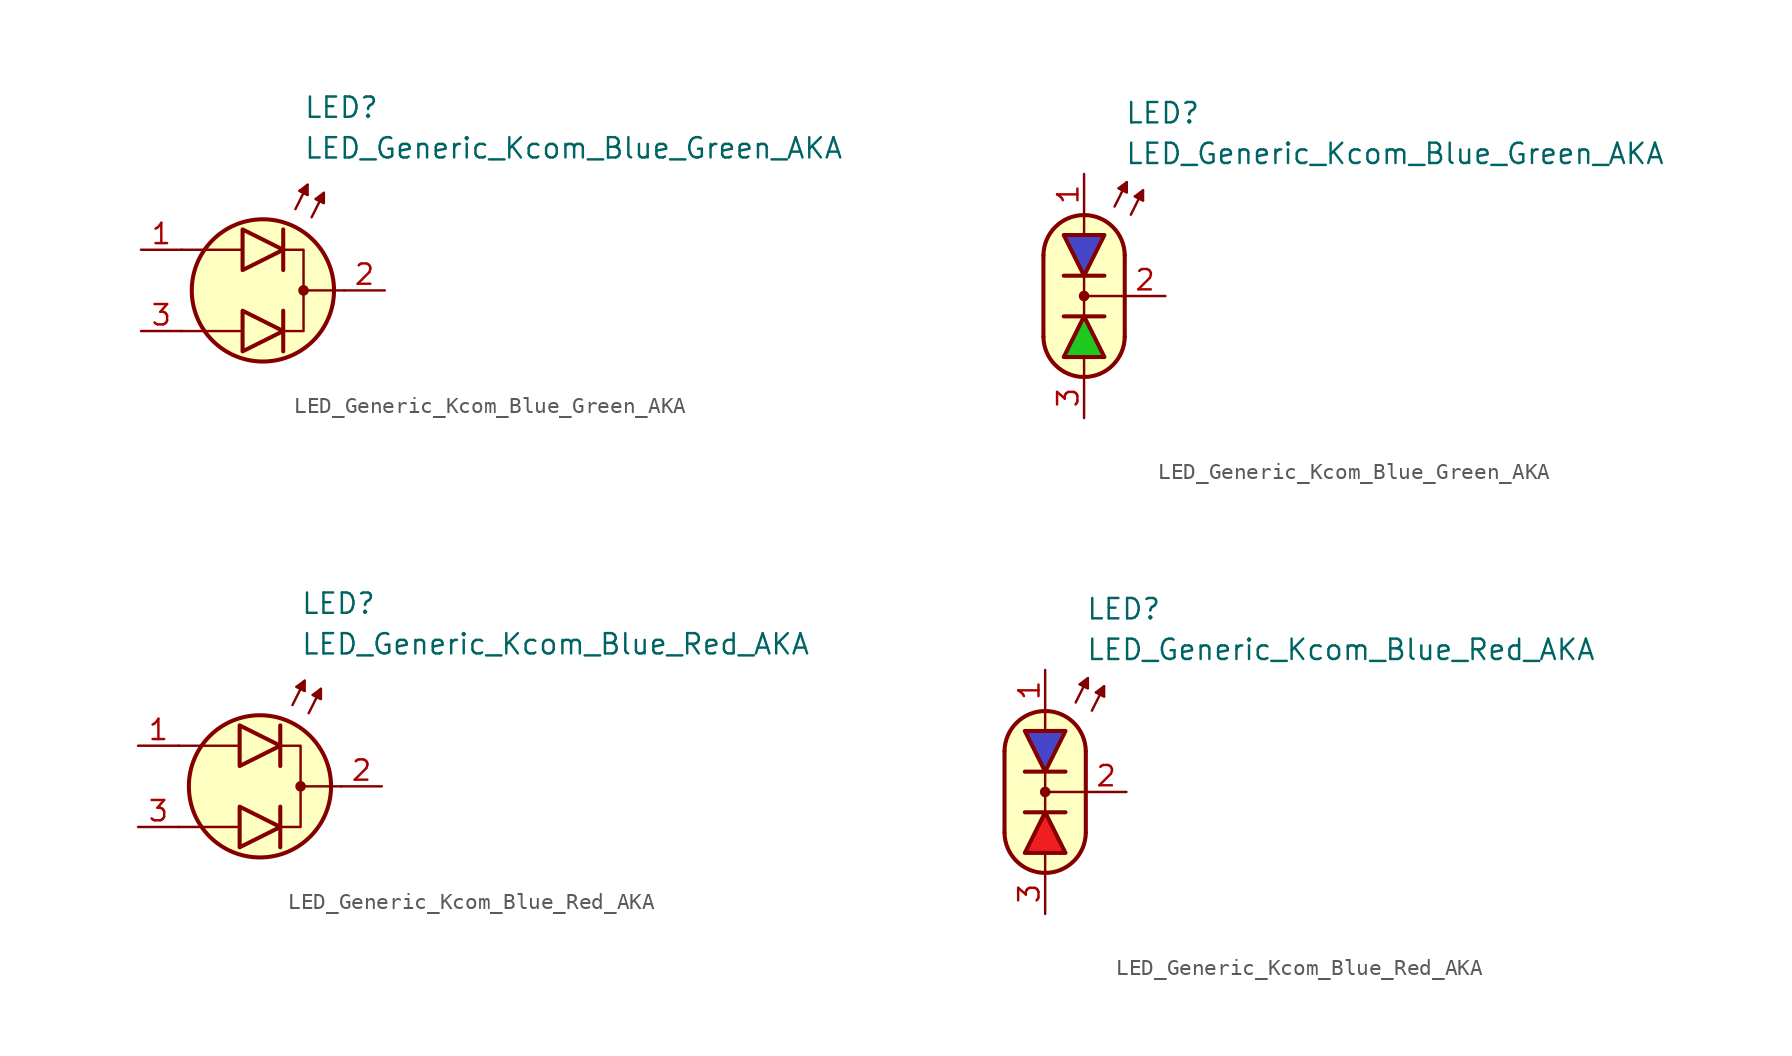
<source format=kicad_sym>
(kicad_symbol_lib
  (version 20231120)
  (generator "kicad_symbol_editor")
  (generator_version "8.0")
  (symbol "LED_Generic_Kcom_Blue_Green_AKA"
    (pin_names
      (offset 1.016) hide)
    (property "Reference" "LED"
      (at 2.54 11.43 0)
      (effects (font (size 1.27 1.27)) (justify left)))
    (property "Value" "LED_Generic_Kcom_Blue_Green_AKA"
      (at 2.54 8.89 0)
      (effects (font (size 1.27 1.27)) (justify left)))
    (symbol "LED_Generic_Kcom_Blue_Green_AKA_0_1"
      (polyline (pts (xy -1.397 -2.54) (xy -5.08 -2.54)) (stroke (width 0.152) (type default)) (fill (type none)))
      (polyline (pts (xy -1.397 2.54) (xy -5.08 2.54)) (stroke (width 0.152) (type default)) (fill (type none)))
      (polyline (pts (xy 1.27 -1.27) (xy 1.27 -3.81)) (stroke (width 0.254) (type default)) (fill (type none)))
      (polyline (pts (xy 1.27 3.81) (xy 1.27 1.27)) (stroke (width 0.254) (type default)) (fill (type none)))
      (polyline (pts (xy 2.032 5.08) (xy 2.794 6.604)) (stroke (width 0.152) (type default)) (fill (type none)))
      (polyline (pts (xy 2.54 6.096) (xy 2.286 6.223)) (stroke (width 0.152) (type default)) (fill (type none)))
      (polyline (pts (xy 2.54 6.096) (xy 2.794 5.969)) (stroke (width 0.152) (type default)) (fill (type none)))
      (polyline (pts (xy 3.048 4.572) (xy 3.81 6.096)) (stroke (width 0.152) (type default)) (fill (type none)))
      (polyline (pts (xy 3.556 5.588) (xy 3.302 5.715)) (stroke (width 0.152) (type default)) (fill (type none)))
      (polyline (pts (xy 3.556 5.588) (xy 3.81 5.461)) (stroke (width 0.152) (type default)) (fill (type none)))
      (polyline (pts (xy 5.08 0) (xy 2.54 0)) (stroke (width 0.152) (type default)) (fill (type none)))
      (polyline (pts (xy -1.27 -1.27) (xy -1.27 -3.81) (xy 1.27 -2.54) (xy -1.27 -1.27)) (stroke (width 0.254) (type default)) (fill (type color) (color 30 200 30 1)))
      (polyline (pts (xy -1.27 3.81) (xy -1.27 1.27) (xy 1.27 2.54) (xy -1.27 3.81)) (stroke (width 0.254) (type default)) (fill (type color) (color 70 70 200 1)))
      (polyline (pts (xy 1.27 2.54) (xy 2.54 2.54) (xy 2.54 -2.54) (xy 1.27 -2.54)) (stroke (width 0.152) (type default)) (fill (type none)))
      (polyline (pts (xy 2.794 5.969) (xy 2.286 6.223) (xy 2.794 6.604) (xy 2.794 5.969)) (stroke (width 0.152) (type default)) (fill (type outline)))
      (polyline (pts (xy 3.81 5.461) (xy 3.302 5.715) (xy 3.81 6.096) (xy 3.81 5.461)) (stroke (width 0.152) (type default)) (fill (type outline)))
      (circle (center 0 0) (radius 4.445) (stroke (width 0.254) (type default)) (fill (type background)))
      (circle (center 2.54 0) (radius 0.254) (stroke (width 0) (type default)) (fill (type outline))))
    (symbol "LED_Generic_Kcom_Blue_Green_AKA_0_2"
      (arc (start -2.54 -2.54) (mid 0 -5.0576) (end 2.54 -2.54) (stroke (width 0.254) (type default)) (fill (type none)))
      (polyline (pts (xy -2.54 2.54) (xy -2.54 -2.54)) (stroke (width 0.254) (type default)) (fill (type none)))
      (polyline (pts (xy -1.27 -1.27) (xy 1.27 -1.27)) (stroke (width 0.254) (type default)) (fill (type none)))
      (polyline (pts (xy 0 -5.08) (xy 0 -3.81)) (stroke (width 0) (type default)) (fill (type none)))
      (polyline (pts (xy 0 -1.27) (xy 0 1.27)) (stroke (width 0) (type default)) (fill (type none)))
      (polyline (pts (xy 0 5.08) (xy 0 3.81)) (stroke (width 0) (type default)) (fill (type none)))
      (polyline (pts (xy 1.27 1.27) (xy -1.27 1.27)) (stroke (width 0.254) (type default)) (fill (type none)))
      (polyline (pts (xy 1.905 5.588) (xy 2.667 7.112)) (stroke (width 0.152) (type default)) (fill (type none)))
      (polyline (pts (xy 2.413 6.604) (xy 2.159 6.731)) (stroke (width 0.152) (type default)) (fill (type none)))
      (polyline (pts (xy 2.413 6.604) (xy 2.667 6.477)) (stroke (width 0.152) (type default)) (fill (type none)))
      (polyline (pts (xy 2.54 -2.54) (xy 2.54 2.54)) (stroke (width 0.254) (type default)) (fill (type none)))
      (polyline (pts (xy 2.54 0) (xy 0 0)) (stroke (width 0) (type default)) (fill (type none)))
      (polyline (pts (xy 2.921 5.08) (xy 3.683 6.604)) (stroke (width 0.152) (type default)) (fill (type none)))
      (polyline (pts (xy 3.429 6.096) (xy 3.175 6.223)) (stroke (width 0.152) (type default)) (fill (type none)))
      (polyline (pts (xy 3.429 6.096) (xy 3.683 5.969)) (stroke (width 0.152) (type default)) (fill (type none)))
      (polyline (pts (xy 2.667 6.477) (xy 2.159 6.731) (xy 2.667 7.112) (xy 2.667 6.477)) (stroke (width 0.152) (type default)) (fill (type outline)))
      (polyline (pts (xy 3.683 5.969) (xy 3.175 6.223) (xy 3.683 6.604) (xy 3.683 5.969)) (stroke (width 0.152) (type default)) (fill (type outline)))
      (polyline (pts (xy 0 5.08) (xy 1.016 4.826) (xy 1.778 4.318) (xy 2.286 3.556) (xy 2.54 3.048) (xy 2.54 -2.794) (xy 2.286 -3.556) (xy 1.778 -4.318) (xy 1.016 -4.826) (xy 0.254 -5.08) (xy -0.254 -5.08) (xy -1.016 -4.826) (xy -1.524 -4.572) (xy -2.032 -4.064) (xy -2.286 -3.556) (xy -2.54 -2.794) (xy -2.54 2.794) (xy -2.286 3.556) (xy -2.032 4.064) (xy -1.524 4.572) (xy -1.016 4.826) (xy 0 5.08)) (stroke (width 0.01) (type default)) (fill (type background)))
      (circle (center 0 0) (radius 0.254) (stroke (width 0) (type default)) (fill (type outline)))
      (arc (start 2.54 2.54) (mid 0 5.0576) (end -2.54 2.54) (stroke (width 0.254) (type default)) (fill (type none))))
    (symbol "LED_Generic_Kcom_Blue_Green_AKA_1_1"
      (pin passive line (at -7.62 2.54 0) (length 2.54) (name "A1" (effects (font (size 1.27 1.27)))) (number "1" (effects (font (size 1.27 1.27)))))
      (pin passive line (at 7.62 0 180) (length 2.54) (name "K" (effects (font (size 1.27 1.27)))) (number "2" (effects (font (size 1.27 1.27)))))
      (pin passive line (at -7.62 -2.54 0) (length 2.54) (name "A2" (effects (font (size 1.27 1.27)))) (number "3" (effects (font (size 1.27 1.27))))))
    (symbol "LED_Generic_Kcom_Blue_Green_AKA_1_2"
      (polyline (pts (xy -1.27 -3.81) (xy 1.27 -3.81) (xy 0 -1.27) (xy -1.27 -3.81)) (stroke (width 0.254) (type default)) (fill (type color) (color 30 200 30 1)))
      (polyline (pts (xy 1.27 3.81) (xy -1.27 3.81) (xy 0 1.27) (xy 1.27 3.81)) (stroke (width 0.254) (type default)) (fill (type color) (color 70 70 200 1)))
      (pin passive line (at 0 7.62 270) (length 2.54) (name "A1" (effects (font (size 1.27 1.27)))) (number "1" (effects (font (size 1.27 1.27)))))
      (pin passive line (at 5.08 0 180) (length 2.54) (name "K" (effects (font (size 1.27 1.27)))) (number "2" (effects (font (size 1.27 1.27)))))
      (pin passive line (at 0 -7.62 90) (length 2.54) (name "A2" (effects (font (size 1.27 1.27)))) (number "3" (effects (font (size 1.27 1.27)))))))
  (symbol "LED_Generic_Kcom_Blue_Red_AKA"
    (pin_names
      (offset 1.016) hide)
    (property "Reference" "LED"
      (at 2.54 11.43 0)
      (effects (font (size 1.27 1.27)) (justify left)))
    (property "Value" "LED_Generic_Kcom_Blue_Red_AKA"
      (at 2.54 8.89 0)
      (effects (font (size 1.27 1.27)) (justify left)))
    (symbol "LED_Generic_Kcom_Blue_Red_AKA_0_1"
      (polyline (pts (xy -1.397 -2.54) (xy -5.08 -2.54)) (stroke (width 0.152) (type default)) (fill (type none)))
      (polyline (pts (xy -1.397 2.54) (xy -5.08 2.54)) (stroke (width 0.152) (type default)) (fill (type none)))
      (polyline (pts (xy 1.27 -1.27) (xy 1.27 -3.81)) (stroke (width 0.254) (type default)) (fill (type none)))
      (polyline (pts (xy 1.27 3.81) (xy 1.27 1.27)) (stroke (width 0.254) (type default)) (fill (type none)))
      (polyline (pts (xy 2.032 5.08) (xy 2.794 6.604)) (stroke (width 0.152) (type default)) (fill (type none)))
      (polyline (pts (xy 2.54 6.096) (xy 2.286 6.223)) (stroke (width 0.152) (type default)) (fill (type none)))
      (polyline (pts (xy 2.54 6.096) (xy 2.794 5.969)) (stroke (width 0.152) (type default)) (fill (type none)))
      (polyline (pts (xy 3.048 4.572) (xy 3.81 6.096)) (stroke (width 0.152) (type default)) (fill (type none)))
      (polyline (pts (xy 3.556 5.588) (xy 3.302 5.715)) (stroke (width 0.152) (type default)) (fill (type none)))
      (polyline (pts (xy 3.556 5.588) (xy 3.81 5.461)) (stroke (width 0.152) (type default)) (fill (type none)))
      (polyline (pts (xy 5.08 0) (xy 2.54 0)) (stroke (width 0.152) (type default)) (fill (type none)))
      (polyline (pts (xy -1.27 -1.27) (xy -1.27 -3.81) (xy 1.27 -2.54) (xy -1.27 -1.27)) (stroke (width 0.254) (type default)) (fill (type color) (color 240 30 30 1)))
      (polyline (pts (xy -1.27 3.81) (xy -1.27 1.27) (xy 1.27 2.54) (xy -1.27 3.81)) (stroke (width 0.254) (type default)) (fill (type color) (color 70 70 200 1)))
      (polyline (pts (xy 1.27 2.54) (xy 2.54 2.54) (xy 2.54 -2.54) (xy 1.27 -2.54)) (stroke (width 0.152) (type default)) (fill (type none)))
      (polyline (pts (xy 2.794 5.969) (xy 2.286 6.223) (xy 2.794 6.604) (xy 2.794 5.969)) (stroke (width 0.152) (type default)) (fill (type outline)))
      (polyline (pts (xy 3.81 5.461) (xy 3.302 5.715) (xy 3.81 6.096) (xy 3.81 5.461)) (stroke (width 0.152) (type default)) (fill (type outline)))
      (circle (center 0 0) (radius 4.445) (stroke (width 0.254) (type default)) (fill (type background)))
      (circle (center 2.54 0) (radius 0.254) (stroke (width 0) (type default)) (fill (type outline))))
    (symbol "LED_Generic_Kcom_Blue_Red_AKA_0_2"
      (arc (start -2.54 -2.54) (mid 0 -5.0576) (end 2.54 -2.54) (stroke (width 0.254) (type default)) (fill (type none)))
      (polyline (pts (xy -2.54 2.54) (xy -2.54 -2.54)) (stroke (width 0.254) (type default)) (fill (type none)))
      (polyline (pts (xy -1.27 -1.27) (xy 1.27 -1.27)) (stroke (width 0.254) (type default)) (fill (type none)))
      (polyline (pts (xy 0 -5.08) (xy 0 -3.81)) (stroke (width 0) (type default)) (fill (type none)))
      (polyline (pts (xy 0 -1.27) (xy 0 1.27)) (stroke (width 0) (type default)) (fill (type none)))
      (polyline (pts (xy 0 5.08) (xy 0 3.81)) (stroke (width 0) (type default)) (fill (type none)))
      (polyline (pts (xy 1.27 1.27) (xy -1.27 1.27)) (stroke (width 0.254) (type default)) (fill (type none)))
      (polyline (pts (xy 1.905 5.588) (xy 2.667 7.112)) (stroke (width 0.152) (type default)) (fill (type none)))
      (polyline (pts (xy 2.413 6.604) (xy 2.159 6.731)) (stroke (width 0.152) (type default)) (fill (type none)))
      (polyline (pts (xy 2.413 6.604) (xy 2.667 6.477)) (stroke (width 0.152) (type default)) (fill (type none)))
      (polyline (pts (xy 2.54 -2.54) (xy 2.54 2.54)) (stroke (width 0.254) (type default)) (fill (type none)))
      (polyline (pts (xy 2.54 0) (xy 0 0)) (stroke (width 0) (type default)) (fill (type none)))
      (polyline (pts (xy 2.921 5.08) (xy 3.683 6.604)) (stroke (width 0.152) (type default)) (fill (type none)))
      (polyline (pts (xy 3.429 6.096) (xy 3.175 6.223)) (stroke (width 0.152) (type default)) (fill (type none)))
      (polyline (pts (xy 3.429 6.096) (xy 3.683 5.969)) (stroke (width 0.152) (type default)) (fill (type none)))
      (polyline (pts (xy 2.667 6.477) (xy 2.159 6.731) (xy 2.667 7.112) (xy 2.667 6.477)) (stroke (width 0.152) (type default)) (fill (type outline)))
      (polyline (pts (xy 3.683 5.969) (xy 3.175 6.223) (xy 3.683 6.604) (xy 3.683 5.969)) (stroke (width 0.152) (type default)) (fill (type outline)))
      (polyline (pts (xy 0 5.08) (xy 1.016 4.826) (xy 1.778 4.318) (xy 2.286 3.556) (xy 2.54 3.048) (xy 2.54 -2.794) (xy 2.286 -3.556) (xy 1.778 -4.318) (xy 1.016 -4.826) (xy 0.254 -5.08) (xy -0.254 -5.08) (xy -1.016 -4.826) (xy -1.524 -4.572) (xy -2.032 -4.064) (xy -2.286 -3.556) (xy -2.54 -2.794) (xy -2.54 2.794) (xy -2.286 3.556) (xy -2.032 4.064) (xy -1.524 4.572) (xy -1.016 4.826) (xy 0 5.08)) (stroke (width 0.01) (type default)) (fill (type background)))
      (circle (center 0 0) (radius 0.254) (stroke (width 0) (type default)) (fill (type outline)))
      (arc (start 2.54 2.54) (mid 0 5.0576) (end -2.54 2.54) (stroke (width 0.254) (type default)) (fill (type none))))
    (symbol "LED_Generic_Kcom_Blue_Red_AKA_1_1"
      (pin passive line (at -7.62 2.54 0) (length 2.54) (name "A1" (effects (font (size 1.27 1.27)))) (number "1" (effects (font (size 1.27 1.27)))))
      (pin passive line (at 7.62 0 180) (length 2.54) (name "K" (effects (font (size 1.27 1.27)))) (number "2" (effects (font (size 1.27 1.27)))))
      (pin passive line (at -7.62 -2.54 0) (length 2.54) (name "A2" (effects (font (size 1.27 1.27)))) (number "3" (effects (font (size 1.27 1.27))))))
    (symbol "LED_Generic_Kcom_Blue_Red_AKA_1_2"
      (polyline (pts (xy -1.27 -3.81) (xy 1.27 -3.81) (xy 0 -1.27) (xy -1.27 -3.81)) (stroke (width 0.254) (type default)) (fill (type color) (color 240 30 30 1)))
      (polyline (pts (xy 1.27 3.81) (xy -1.27 3.81) (xy 0 1.27) (xy 1.27 3.81)) (stroke (width 0.254) (type default)) (fill (type color) (color 70 70 200 1)))
      (pin passive line (at 0 7.62 270) (length 2.54) (name "A1" (effects (font (size 1.27 1.27)))) (number "1" (effects (font (size 1.27 1.27)))))
      (pin passive line (at 5.08 0 180) (length 2.54) (name "K" (effects (font (size 1.27 1.27)))) (number "2" (effects (font (size 1.27 1.27)))))
      (pin passive line (at 0 -7.62 90) (length 2.54) (name "A2" (effects (font (size 1.27 1.27)))) (number "3" (effects (font (size 1.27 1.27))))))))
</source>
